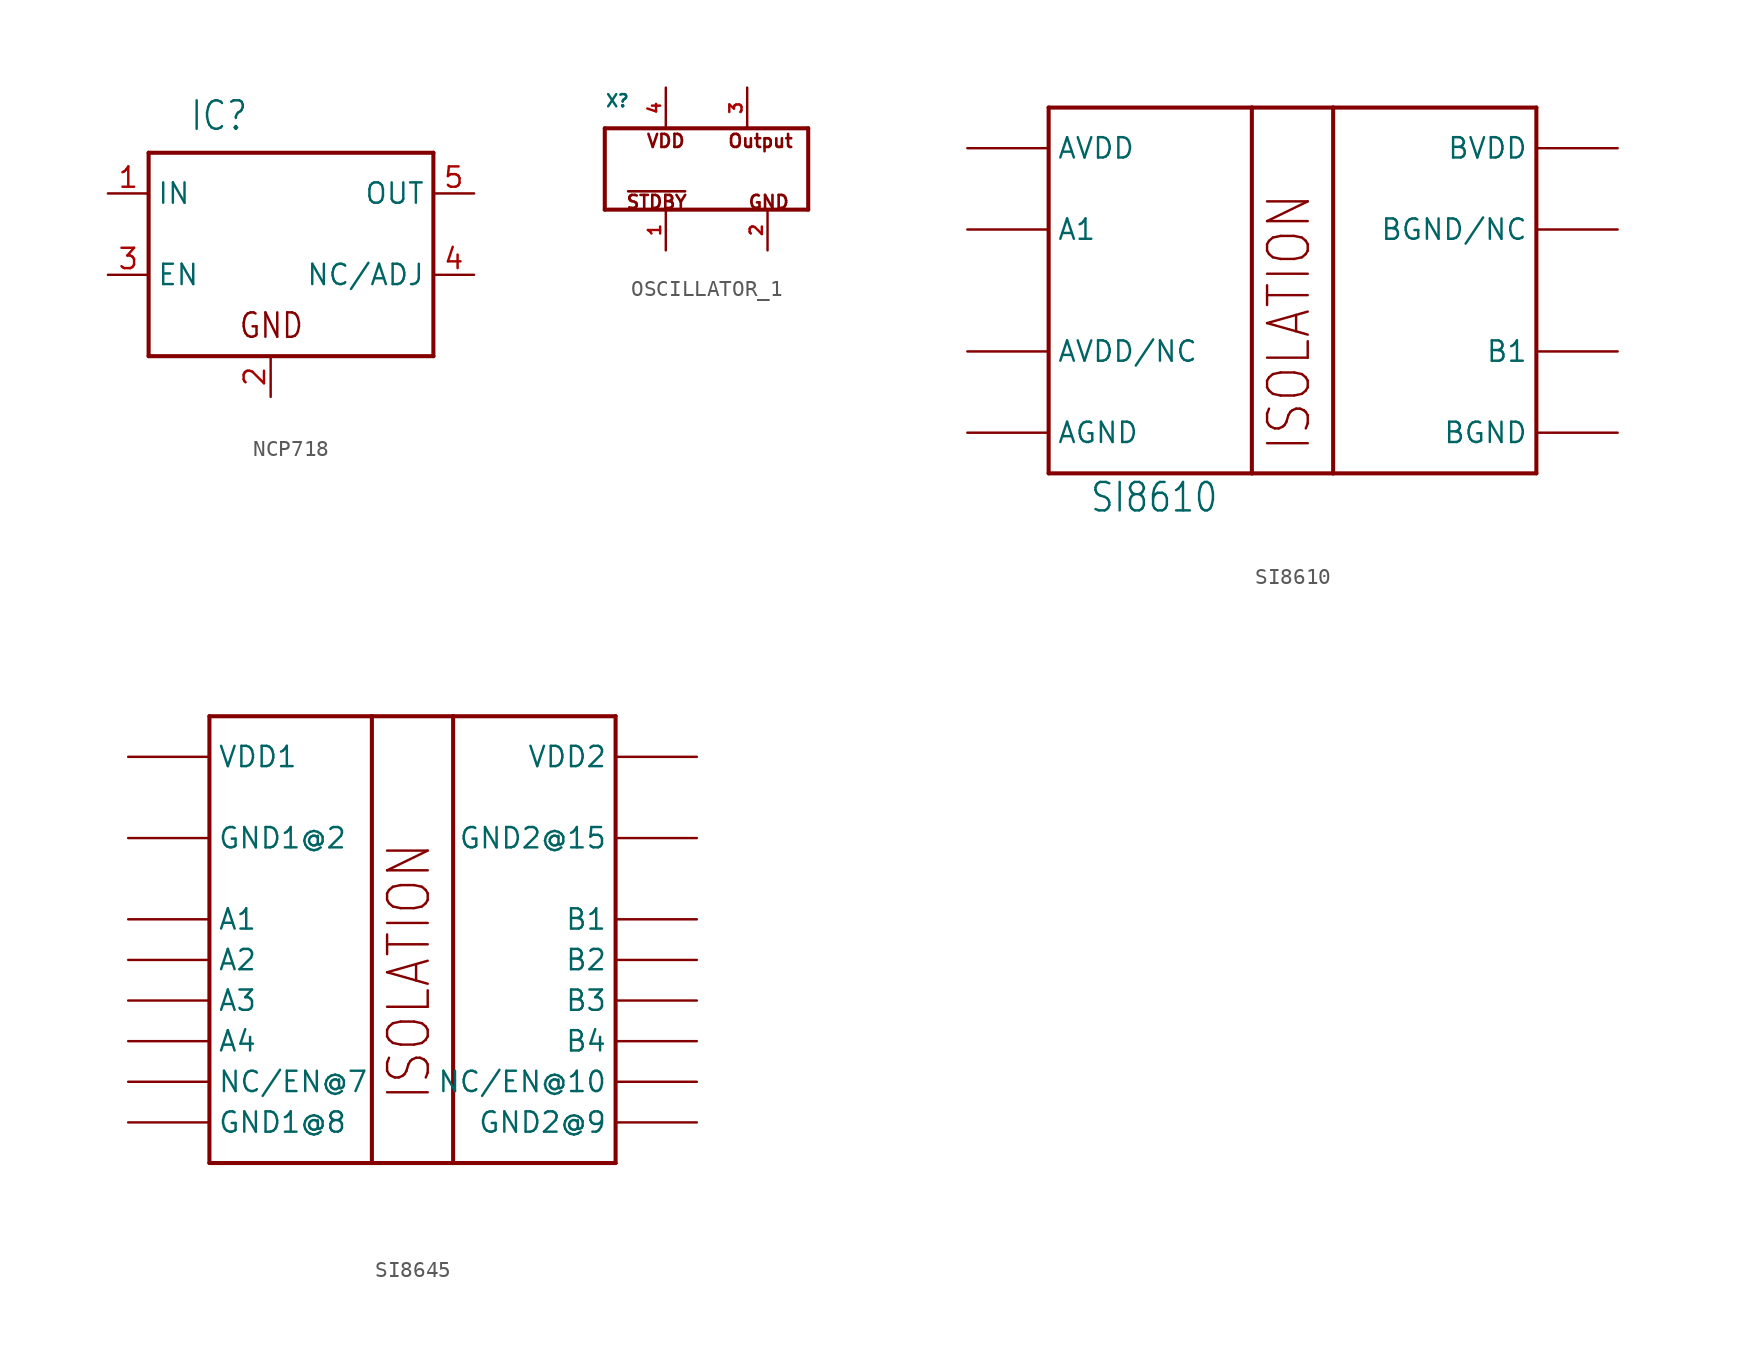
<source format=kicad_sym>
(kicad_symbol_lib
  (version 20220914)
  (generator kicad_symbol_editor)
  (symbol "NCP718"
    (property "Reference" "IC"
      (at -5.08 6.35 0)
      (effects (font (size 1.778 1.511)) (justify left bottom)))
    (property "Value" ""
      (at 5.08 6.35 0)
      (effects (font (size 1.778 1.511)) (justify left bottom)))
    (symbol "NCP718_1_0"
      (polyline (pts (xy -7.62 -7.62) (xy -7.62 5.08)) (stroke (width 0.254) (type solid)) (fill (type none)))
      (polyline (pts (xy -7.62 5.08) (xy 10.16 5.08)) (stroke (width 0.254) (type solid)) (fill (type none)))
      (polyline (pts (xy 10.16 -7.62) (xy -7.62 -7.62)) (stroke (width 0.254) (type solid)) (fill (type none)))
      (polyline (pts (xy 10.16 5.08) (xy 10.16 -7.62)) (stroke (width 0.254) (type solid)) (fill (type none)))
      (text "GND" (at -2.032 -6.604 0) (effects (font (size 1.524 1.295)) (justify left bottom)))
      (pin input line (at -10.16 2.54 0) (length 2.54) (name "IN" (effects (font (size 1.27 1.27)))) (number "1" (effects (font (size 1.27 1.27)))))
      (pin power_in line (at 0 -10.16 90) (length 2.54) (name "GND" (effects (font (size 0 0)))) (number "2" (effects (font (size 1.27 1.27)))))
      (pin input line (at -10.16 -2.54 0) (length 2.54) (name "EN" (effects (font (size 1.27 1.27)))) (number "3" (effects (font (size 1.27 1.27)))))
      (pin input line (at 12.7 -2.54 180) (length 2.54) (name "NC/ADJ" (effects (font (size 1.27 1.27)))) (number "4" (effects (font (size 1.27 1.27)))))
      (pin output line (at 12.7 2.54 180) (length 2.54) (name "OUT" (effects (font (size 1.27 1.27)))) (number "5" (effects (font (size 1.27 1.27)))))))
  (symbol "OSCILLATOR_1"
    (property "Reference" "X"
      (at -6.35 3.81 0)
      (effects (font (size 0.762 0.762)) (justify left bottom)))
    (symbol "OSCILLATOR_1_1_0"
      (polyline (pts (xy -6.35 -2.54) (xy -6.35 2.54)) (stroke (width 0.254) (type solid)) (fill (type none)))
      (polyline (pts (xy -6.35 2.54) (xy 6.35 2.54)) (stroke (width 0.254) (type solid)) (fill (type none)))
      (polyline (pts (xy 6.35 -2.54) (xy -6.35 -2.54)) (stroke (width 0.254) (type solid)) (fill (type none)))
      (polyline (pts (xy 6.35 2.54) (xy 6.35 -2.54)) (stroke (width 0.254) (type solid)) (fill (type none)))
      (text "GND" (at 2.54 -2.54 0) (effects (font (size 0.813 0.813) (thickness 0.163) bold) (justify left bottom)))
      (text "Output" (at 1.27 1.27 0) (effects (font (size 0.813 0.813) (thickness 0.163) bold) (justify left bottom)))
      (text "VDD" (at -3.81 1.27 0) (effects (font (size 0.813 0.813) (thickness 0.163) bold) (justify left bottom)))
      (text "~{STDBY}" (at -5.08 -2.54 0) (effects (font (size 0.813 0.813) (thickness 0.163) bold) (justify left bottom)))
      (pin passive line (at -2.54 -5.08 90) (length 2.54) (name "~{STDBY}" (effects (font (size 0 0)))) (number "1" (effects (font (size 0.762 0.762)))))
      (pin passive line (at 3.81 -5.08 90) (length 2.54) (name "GND" (effects (font (size 0 0)))) (number "2" (effects (font (size 0.762 0.762)))))
      (pin passive line (at 2.54 5.08 270) (length 2.54) (name "OUTPUT" (effects (font (size 0 0)))) (number "3" (effects (font (size 0.762 0.762)))))
      (pin passive line (at -2.54 5.08 270) (length 2.54) (name "VDD" (effects (font (size 0 0)))) (number "4" (effects (font (size 0.762 0.762)))))))
  (symbol "SI8610"
    (property "Reference" "U"
      (at -12.7 11.43 0)
      (effects (font (size 1.778 1.511)) (justify left bottom) hide))
    (property "Value" "SI8610"
      (at -12.7 -15.24 0)
      (effects (font (size 1.778 1.511)) (justify left bottom)))
    (symbol "SI8610_1_0"
      (polyline (pts (xy -15.24 -12.7) (xy -15.24 10.16)) (stroke (width 0.254) (type solid)) (fill (type none)))
      (polyline (pts (xy -15.24 10.16) (xy -2.54 10.16)) (stroke (width 0.254) (type solid)) (fill (type none)))
      (polyline (pts (xy -2.54 -12.7) (xy -15.24 -12.7)) (stroke (width 0.254) (type solid)) (fill (type none)))
      (polyline (pts (xy -2.54 10.16) (xy -2.54 -12.7)) (stroke (width 0.254) (type solid)) (fill (type none)))
      (polyline (pts (xy -2.54 10.16) (xy 2.54 10.16)) (stroke (width 0.254) (type solid)) (fill (type none)))
      (polyline (pts (xy 2.54 -12.7) (xy -2.54 -12.7)) (stroke (width 0.254) (type solid)) (fill (type none)))
      (polyline (pts (xy 2.54 10.16) (xy 2.54 -12.7)) (stroke (width 0.254) (type solid)) (fill (type none)))
      (polyline (pts (xy 2.54 10.16) (xy 15.24 10.16)) (stroke (width 0.254) (type solid)) (fill (type none)))
      (polyline (pts (xy 15.24 -12.7) (xy 2.54 -12.7)) (stroke (width 0.254) (type solid)) (fill (type none)))
      (polyline (pts (xy 15.24 10.16) (xy 15.24 -12.7)) (stroke (width 0.254) (type solid)) (fill (type none)))
      (text "ISOLATION" (at 1.27 -11.43 900) (effects (font (size 2.54 2.159)) (justify left bottom)))
      (pin bidirectional line (at -20.32 7.62 0) (length 5.08) (name "AVDD" (effects (font (size 1.27 1.27)))) (number "1" (effects (font (size 0 0)))))
      (pin bidirectional line (at -20.32 2.54 0) (length 5.08) (name "A1" (effects (font (size 1.27 1.27)))) (number "2" (effects (font (size 0 0)))))
      (pin bidirectional line (at -20.32 -5.08 0) (length 5.08) (name "AVDD/NC" (effects (font (size 1.27 1.27)))) (number "3" (effects (font (size 0 0)))))
      (pin bidirectional line (at -20.32 -10.16 0) (length 5.08) (name "AGND" (effects (font (size 1.27 1.27)))) (number "4" (effects (font (size 0 0)))))
      (pin bidirectional line (at 20.32 -10.16 180) (length 5.08) (name "BGND" (effects (font (size 1.27 1.27)))) (number "5" (effects (font (size 0 0)))))
      (pin bidirectional line (at 20.32 -5.08 180) (length 5.08) (name "B1" (effects (font (size 1.27 1.27)))) (number "6" (effects (font (size 0 0)))))
      (pin bidirectional line (at 20.32 2.54 180) (length 5.08) (name "BGND/NC" (effects (font (size 1.27 1.27)))) (number "7" (effects (font (size 0 0)))))
      (pin bidirectional line (at 20.32 7.62 180) (length 5.08) (name "BVDD" (effects (font (size 1.27 1.27)))) (number "8" (effects (font (size 0 0)))))))
  (symbol "SI8645"
    (property "Reference" "U"
      (at -12.7 13.97 0)
      (effects (font (size 1.778 1.511)) (justify left bottom) hide))
    (property "Value" ""
      (at -12.7 -17.78 0)
      (effects (font (size 1.778 1.511)) (justify left bottom)))
    (symbol "SI8645_1_0"
      (polyline (pts (xy -12.7 -15.24) (xy -12.7 12.7)) (stroke (width 0.254) (type solid)) (fill (type none)))
      (polyline (pts (xy -12.7 12.7) (xy -2.54 12.7)) (stroke (width 0.254) (type solid)) (fill (type none)))
      (polyline (pts (xy -2.54 -15.24) (xy -12.7 -15.24)) (stroke (width 0.254) (type solid)) (fill (type none)))
      (polyline (pts (xy -2.54 12.7) (xy -2.54 -15.24)) (stroke (width 0.254) (type solid)) (fill (type none)))
      (polyline (pts (xy -2.54 12.7) (xy 2.54 12.7)) (stroke (width 0.254) (type solid)) (fill (type none)))
      (polyline (pts (xy 2.54 -15.24) (xy -2.54 -15.24)) (stroke (width 0.254) (type solid)) (fill (type none)))
      (polyline (pts (xy 2.54 12.7) (xy 2.54 -15.24)) (stroke (width 0.254) (type solid)) (fill (type none)))
      (polyline (pts (xy 2.54 12.7) (xy 12.7 12.7)) (stroke (width 0.254) (type solid)) (fill (type none)))
      (polyline (pts (xy 12.7 -15.24) (xy 2.54 -15.24)) (stroke (width 0.254) (type solid)) (fill (type none)))
      (polyline (pts (xy 12.7 12.7) (xy 12.7 -15.24)) (stroke (width 0.254) (type solid)) (fill (type none)))
      (text "ISOLATION" (at 1.27 -11.43 900) (effects (font (size 2.54 2.159)) (justify left bottom)))
      (pin bidirectional line (at -17.78 10.16 0) (length 5.08) (name "VDD1" (effects (font (size 1.27 1.27)))) (number "1" (effects (font (size 0 0)))))
      (pin bidirectional line (at 17.78 -10.16 180) (length 5.08) (name "NC/EN@10" (effects (font (size 1.27 1.27)))) (number "10" (effects (font (size 0 0)))))
      (pin bidirectional line (at 17.78 -7.62 180) (length 5.08) (name "B4" (effects (font (size 1.27 1.27)))) (number "11" (effects (font (size 0 0)))))
      (pin bidirectional line (at 17.78 -5.08 180) (length 5.08) (name "B3" (effects (font (size 1.27 1.27)))) (number "12" (effects (font (size 0 0)))))
      (pin bidirectional line (at 17.78 -2.54 180) (length 5.08) (name "B2" (effects (font (size 1.27 1.27)))) (number "13" (effects (font (size 0 0)))))
      (pin bidirectional line (at 17.78 0 180) (length 5.08) (name "B1" (effects (font (size 1.27 1.27)))) (number "14" (effects (font (size 0 0)))))
      (pin bidirectional line (at 17.78 5.08 180) (length 5.08) (name "GND2@15" (effects (font (size 1.27 1.27)))) (number "15" (effects (font (size 0 0)))))
      (pin bidirectional line (at 17.78 10.16 180) (length 5.08) (name "VDD2" (effects (font (size 1.27 1.27)))) (number "16" (effects (font (size 0 0)))))
      (pin bidirectional line (at -17.78 5.08 0) (length 5.08) (name "GND1@2" (effects (font (size 1.27 1.27)))) (number "2" (effects (font (size 0 0)))))
      (pin bidirectional line (at -17.78 0 0) (length 5.08) (name "A1" (effects (font (size 1.27 1.27)))) (number "3" (effects (font (size 0 0)))))
      (pin bidirectional line (at -17.78 -2.54 0) (length 5.08) (name "A2" (effects (font (size 1.27 1.27)))) (number "4" (effects (font (size 0 0)))))
      (pin bidirectional line (at -17.78 -5.08 0) (length 5.08) (name "A3" (effects (font (size 1.27 1.27)))) (number "5" (effects (font (size 0 0)))))
      (pin bidirectional line (at -17.78 -7.62 0) (length 5.08) (name "A4" (effects (font (size 1.27 1.27)))) (number "6" (effects (font (size 0 0)))))
      (pin bidirectional line (at -17.78 -10.16 0) (length 5.08) (name "NC/EN@7" (effects (font (size 1.27 1.27)))) (number "7" (effects (font (size 0 0)))))
      (pin bidirectional line (at -17.78 -12.7 0) (length 5.08) (name "GND1@8" (effects (font (size 1.27 1.27)))) (number "8" (effects (font (size 0 0)))))
      (pin bidirectional line (at 17.78 -12.7 180) (length 5.08) (name "GND2@9" (effects (font (size 1.27 1.27)))) (number "9" (effects (font (size 0 0))))))))
</source>
